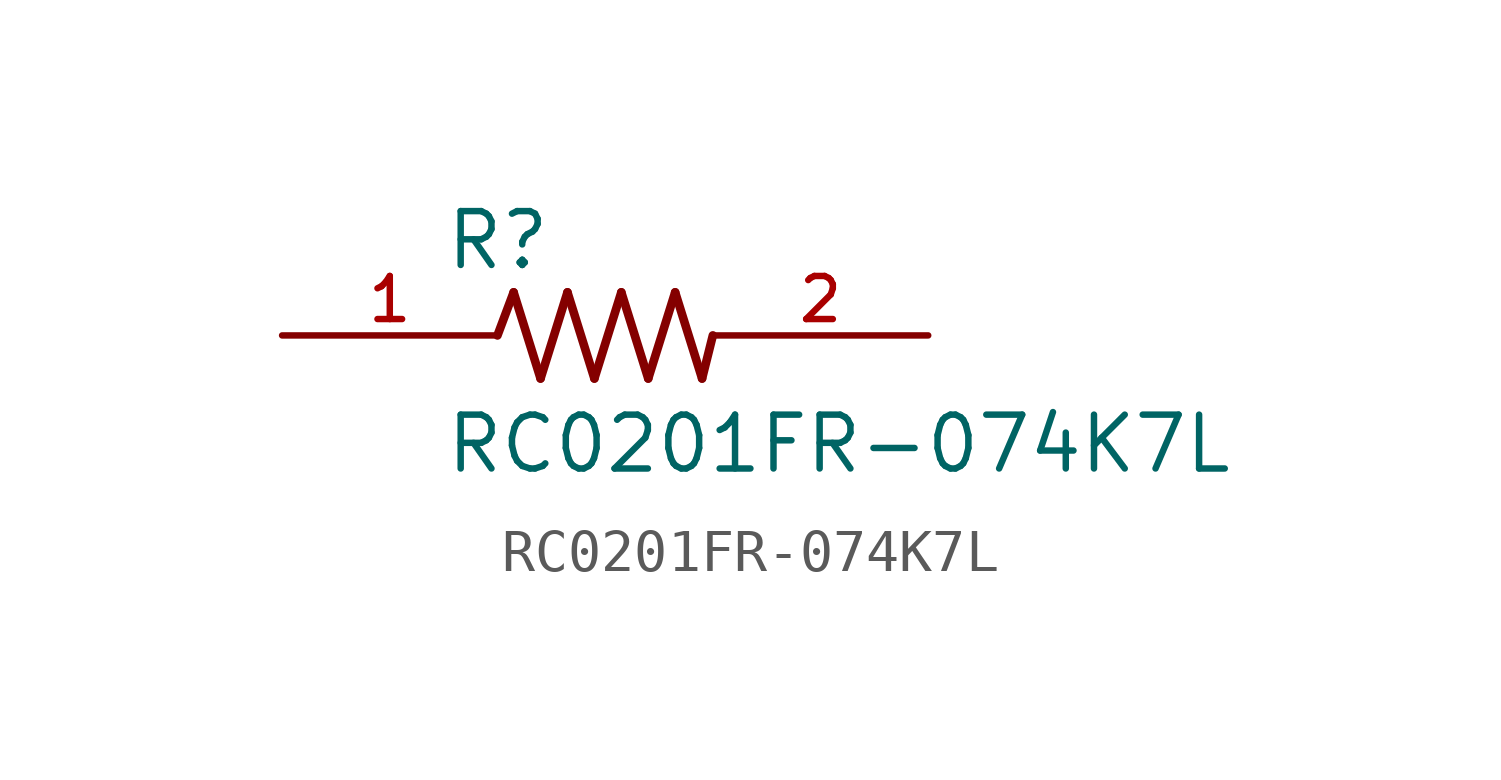
<source format=kicad_sym>
(kicad_symbol_lib
  (version 20211014)
  (generator kicad_symbol_editor)
  (symbol "RC0201FR-074K7L"
    (pin_names
      (offset 1.016))
    (property "Reference" "R"
      (at -3.81 1.499 0)
      (effects (font (size 1.27 1.27)) (justify bottom left)))
    (property "Value" "RC0201FR-074K7L"
      (at -3.81 -3.302 0)
      (effects (font (size 1.27 1.27)) (justify bottom left)))
    (symbol "RC0201FR-074K7L_0_0"
      (polyline (pts (xy -2.54 0.0) (xy -2.159 1.016)) (stroke (width 0.203)))
      (polyline (pts (xy -2.159 1.016) (xy -1.524 -1.016)) (stroke (width 0.203)))
      (polyline (pts (xy -1.524 -1.016) (xy -0.889 1.016)) (stroke (width 0.203)))
      (polyline (pts (xy -0.889 1.016) (xy -0.254 -1.016)) (stroke (width 0.203)))
      (polyline (pts (xy -0.254 -1.016) (xy 0.381 1.016)) (stroke (width 0.203)))
      (polyline (pts (xy 0.381 1.016) (xy 1.016 -1.016)) (stroke (width 0.203)))
      (polyline (pts (xy 1.016 -1.016) (xy 1.651 1.016)) (stroke (width 0.203)))
      (polyline (pts (xy 1.651 1.016) (xy 2.286 -1.016)) (stroke (width 0.203)))
      (polyline (pts (xy 2.286 -1.016) (xy 2.54 0.0)) (stroke (width 0.203)))
      (pin passive line (at 7.62 0.0 180.0) (length 5.08) (name "~" (effects (font (size 1.016 1.016)))) (number "2" (effects (font (size 1.016 1.016)))))
      (pin passive line (at -7.62 0.0 0) (length 5.08) (name "~" (effects (font (size 1.016 1.016)))) (number "1" (effects (font (size 1.016 1.016))))))))
</source>
